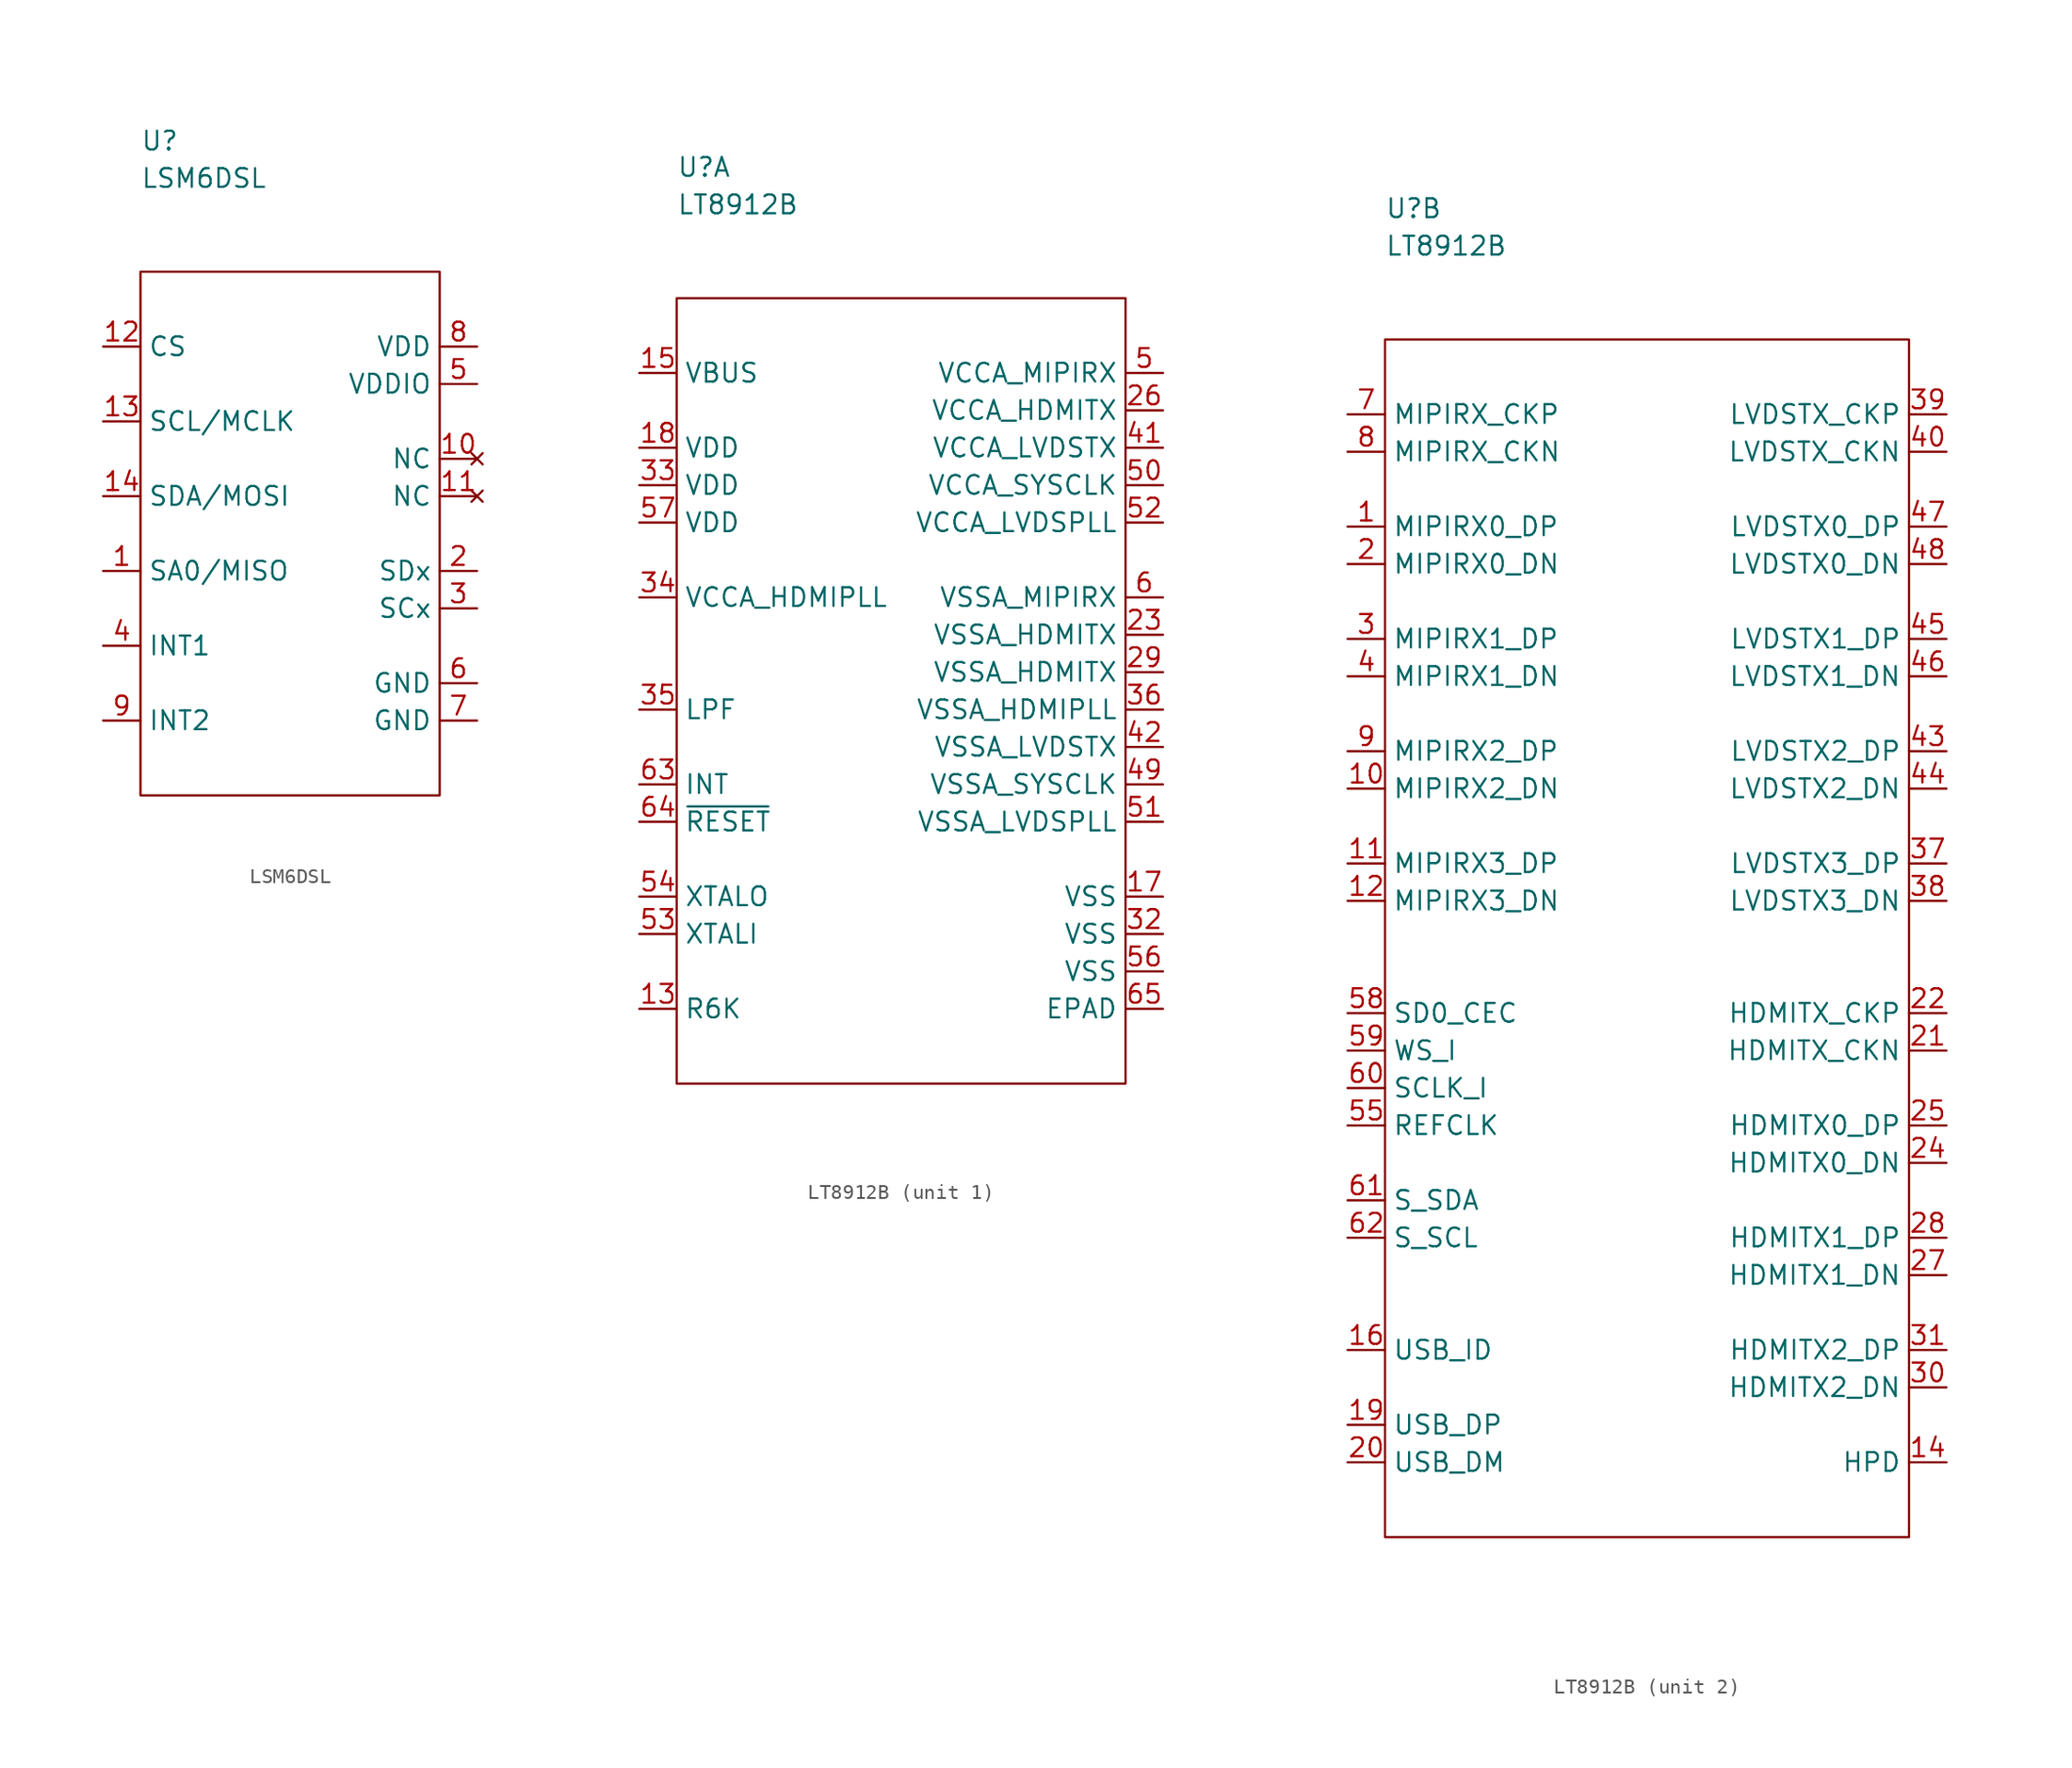
<source format=kicad_sym>
(kicad_symbol_lib
  (version 20211014)
  (generator kicad_symbol_editor)
  (symbol "LSM6DSL"
    (property "Reference" "U"
      (at 0 8.89 0)
      (effects (font (size 1.27 1.27)) (justify left)))
    (property "Value" "LSM6DSL"
      (at 0 6.35 0)
      (effects (font (size 1.27 1.27)) (justify left)))
    (symbol "LSM6DSL_0_1"
      (rectangle (start 0 0) (end 20.32 -35.56) (stroke (width 0) (type default) (color 0 0 0 0)) (fill (type none))))
    (symbol "LSM6DSL_1_1"
      (pin passive line (at -2.54 -20.32 0) (length 2.54) (name "SA0/MISO" (effects (font (size 1.27 1.27)))) (number "1" (effects (font (size 1.27 1.27)))))
      (pin no_connect line (at 22.86 -12.7 180) (length 2.54) (name "NC" (effects (font (size 1.27 1.27)))) (number "10" (effects (font (size 1.27 1.27)))))
      (pin no_connect line (at 22.86 -15.24 180) (length 2.54) (name "NC" (effects (font (size 1.27 1.27)))) (number "11" (effects (font (size 1.27 1.27)))))
      (pin passive line (at -2.54 -5.08 0) (length 2.54) (name "CS" (effects (font (size 1.27 1.27)))) (number "12" (effects (font (size 1.27 1.27)))))
      (pin passive line (at -2.54 -10.16 0) (length 2.54) (name "SCL/MCLK" (effects (font (size 1.27 1.27)))) (number "13" (effects (font (size 1.27 1.27)))))
      (pin passive line (at -2.54 -15.24 0) (length 2.54) (name "SDA/MOSI" (effects (font (size 1.27 1.27)))) (number "14" (effects (font (size 1.27 1.27)))))
      (pin passive line (at 22.86 -20.32 180) (length 2.54) (name "SDx" (effects (font (size 1.27 1.27)))) (number "2" (effects (font (size 1.27 1.27)))))
      (pin passive line (at 22.86 -22.86 180) (length 2.54) (name "SCx" (effects (font (size 1.27 1.27)))) (number "3" (effects (font (size 1.27 1.27)))))
      (pin passive line (at -2.54 -25.4 0) (length 2.54) (name "INT1" (effects (font (size 1.27 1.27)))) (number "4" (effects (font (size 1.27 1.27)))))
      (pin passive line (at 22.86 -7.62 180) (length 2.54) (name "VDDIO" (effects (font (size 1.27 1.27)))) (number "5" (effects (font (size 1.27 1.27)))))
      (pin passive line (at 22.86 -27.94 180) (length 2.54) (name "GND" (effects (font (size 1.27 1.27)))) (number "6" (effects (font (size 1.27 1.27)))))
      (pin passive line (at 22.86 -30.48 180) (length 2.54) (name "GND" (effects (font (size 1.27 1.27)))) (number "7" (effects (font (size 1.27 1.27)))))
      (pin passive line (at 22.86 -5.08 180) (length 2.54) (name "VDD" (effects (font (size 1.27 1.27)))) (number "8" (effects (font (size 1.27 1.27)))))
      (pin passive line (at -2.54 -30.48 0) (length 2.54) (name "INT2" (effects (font (size 1.27 1.27)))) (number "9" (effects (font (size 1.27 1.27)))))))
  (symbol "LT8912B"
    (property "Reference" "U"
      (at 0 8.89 0)
      (effects (font (size 1.27 1.27)) (justify left)))
    (property "Value" "LT8912B"
      (at 0 6.35 0)
      (effects (font (size 1.27 1.27)) (justify left)))
    (symbol "LT8912B_1_1"
      (rectangle (start 0 0) (end 30.48 -53.34) (stroke (width 0.152) (type default) (color 0 0 0 0)) (fill (type none)))
      (pin passive line (at -2.54 -48.26 0) (length 2.54) (name "R6K" (effects (font (size 1.27 1.27)))) (number "13" (effects (font (size 1.27 1.27)))))
      (pin passive line (at -2.54 -5.08 0) (length 2.54) (name "VBUS" (effects (font (size 1.27 1.27)))) (number "15" (effects (font (size 1.27 1.27)))))
      (pin passive line (at 33.02 -40.64 180) (length 2.54) (name "VSS" (effects (font (size 1.27 1.27)))) (number "17" (effects (font (size 1.27 1.27)))))
      (pin passive line (at -2.54 -10.16 0) (length 2.54) (name "VDD" (effects (font (size 1.27 1.27)))) (number "18" (effects (font (size 1.27 1.27)))))
      (pin passive line (at 33.02 -22.86 180) (length 2.54) (name "VSSA_HDMITX" (effects (font (size 1.27 1.27)))) (number "23" (effects (font (size 1.27 1.27)))))
      (pin passive line (at 33.02 -7.62 180) (length 2.54) (name "VCCA_HDMITX" (effects (font (size 1.27 1.27)))) (number "26" (effects (font (size 1.27 1.27)))))
      (pin passive line (at 33.02 -25.4 180) (length 2.54) (name "VSSA_HDMITX" (effects (font (size 1.27 1.27)))) (number "29" (effects (font (size 1.27 1.27)))))
      (pin passive line (at 33.02 -43.18 180) (length 2.54) (name "VSS" (effects (font (size 1.27 1.27)))) (number "32" (effects (font (size 1.27 1.27)))))
      (pin passive line (at -2.54 -12.7 0) (length 2.54) (name "VDD" (effects (font (size 1.27 1.27)))) (number "33" (effects (font (size 1.27 1.27)))))
      (pin passive line (at -2.54 -20.32 0) (length 2.54) (name "VCCA_HDMIPLL" (effects (font (size 1.27 1.27)))) (number "34" (effects (font (size 1.27 1.27)))))
      (pin passive line (at -2.54 -27.94 0) (length 2.54) (name "LPF" (effects (font (size 1.27 1.27)))) (number "35" (effects (font (size 1.27 1.27)))))
      (pin passive line (at 33.02 -27.94 180) (length 2.54) (name "VSSA_HDMIPLL" (effects (font (size 1.27 1.27)))) (number "36" (effects (font (size 1.27 1.27)))))
      (pin passive line (at 33.02 -10.16 180) (length 2.54) (name "VCCA_LVDSTX" (effects (font (size 1.27 1.27)))) (number "41" (effects (font (size 1.27 1.27)))))
      (pin passive line (at 33.02 -30.48 180) (length 2.54) (name "VSSA_LVDSTX" (effects (font (size 1.27 1.27)))) (number "42" (effects (font (size 1.27 1.27)))))
      (pin passive line (at 33.02 -33.02 180) (length 2.54) (name "VSSA_SYSCLK" (effects (font (size 1.27 1.27)))) (number "49" (effects (font (size 1.27 1.27)))))
      (pin passive line (at 33.02 -5.08 180) (length 2.54) (name "VCCA_MIPIRX" (effects (font (size 1.27 1.27)))) (number "5" (effects (font (size 1.27 1.27)))))
      (pin passive line (at 33.02 -12.7 180) (length 2.54) (name "VCCA_SYSCLK" (effects (font (size 1.27 1.27)))) (number "50" (effects (font (size 1.27 1.27)))))
      (pin passive line (at 33.02 -35.56 180) (length 2.54) (name "VSSA_LVDSPLL" (effects (font (size 1.27 1.27)))) (number "51" (effects (font (size 1.27 1.27)))))
      (pin passive line (at 33.02 -15.24 180) (length 2.54) (name "VCCA_LVDSPLL" (effects (font (size 1.27 1.27)))) (number "52" (effects (font (size 1.27 1.27)))))
      (pin passive line (at -2.54 -43.18 0) (length 2.54) (name "XTALI" (effects (font (size 1.27 1.27)))) (number "53" (effects (font (size 1.27 1.27)))))
      (pin passive line (at -2.54 -40.64 0) (length 2.54) (name "XTALO" (effects (font (size 1.27 1.27)))) (number "54" (effects (font (size 1.27 1.27)))))
      (pin passive line (at 33.02 -45.72 180) (length 2.54) (name "VSS" (effects (font (size 1.27 1.27)))) (number "56" (effects (font (size 1.27 1.27)))))
      (pin passive line (at -2.54 -15.24 0) (length 2.54) (name "VDD" (effects (font (size 1.27 1.27)))) (number "57" (effects (font (size 1.27 1.27)))))
      (pin passive line (at 33.02 -20.32 180) (length 2.54) (name "VSSA_MIPIRX" (effects (font (size 1.27 1.27)))) (number "6" (effects (font (size 1.27 1.27)))))
      (pin passive line (at -2.54 -33.02 0) (length 2.54) (name "INT" (effects (font (size 1.27 1.27)))) (number "63" (effects (font (size 1.27 1.27)))))
      (pin passive line (at -2.54 -35.56 0) (length 2.54) (name "~{RESET}" (effects (font (size 1.27 1.27)))) (number "64" (effects (font (size 1.27 1.27)))))
      (pin passive line (at 33.02 -48.26 180) (length 2.54) (name "EPAD" (effects (font (size 1.27 1.27)))) (number "65" (effects (font (size 1.27 1.27))))))
    (symbol "LT8912B_2_1"
      (rectangle (start 0 0) (end 35.56 -81.28) (stroke (width 0.152) (type default) (color 0 0 0 0)) (fill (type none)))
      (pin passive line (at -2.54 -12.7 0) (length 2.54) (name "MIPIRX0_DP" (effects (font (size 1.27 1.27)))) (number "1" (effects (font (size 1.27 1.27)))))
      (pin passive line (at -2.54 -30.48 0) (length 2.54) (name "MIPIRX2_DN" (effects (font (size 1.27 1.27)))) (number "10" (effects (font (size 1.27 1.27)))))
      (pin passive line (at -2.54 -35.56 0) (length 2.54) (name "MIPIRX3_DP" (effects (font (size 1.27 1.27)))) (number "11" (effects (font (size 1.27 1.27)))))
      (pin passive line (at -2.54 -38.1 0) (length 2.54) (name "MIPIRX3_DN" (effects (font (size 1.27 1.27)))) (number "12" (effects (font (size 1.27 1.27)))))
      (pin passive line (at 38.1 -76.2 180) (length 2.54) (name "HPD" (effects (font (size 1.27 1.27)))) (number "14" (effects (font (size 1.27 1.27)))))
      (pin passive line (at -2.54 -68.58 0) (length 2.54) (name "USB_ID" (effects (font (size 1.27 1.27)))) (number "16" (effects (font (size 1.27 1.27)))))
      (pin passive line (at -2.54 -73.66 0) (length 2.54) (name "USB_DP" (effects (font (size 1.27 1.27)))) (number "19" (effects (font (size 1.27 1.27)))))
      (pin passive line (at -2.54 -15.24 0) (length 2.54) (name "MIPIRX0_DN" (effects (font (size 1.27 1.27)))) (number "2" (effects (font (size 1.27 1.27)))))
      (pin passive line (at -2.54 -76.2 0) (length 2.54) (name "USB_DM" (effects (font (size 1.27 1.27)))) (number "20" (effects (font (size 1.27 1.27)))))
      (pin passive line (at 38.1 -48.26 180) (length 2.54) (name "HDMITX_CKN" (effects (font (size 1.27 1.27)))) (number "21" (effects (font (size 1.27 1.27)))))
      (pin passive line (at 38.1 -45.72 180) (length 2.54) (name "HDMITX_CKP" (effects (font (size 1.27 1.27)))) (number "22" (effects (font (size 1.27 1.27)))))
      (pin passive line (at 38.1 -55.88 180) (length 2.54) (name "HDMITX0_DN" (effects (font (size 1.27 1.27)))) (number "24" (effects (font (size 1.27 1.27)))))
      (pin passive line (at 38.1 -53.34 180) (length 2.54) (name "HDMITX0_DP" (effects (font (size 1.27 1.27)))) (number "25" (effects (font (size 1.27 1.27)))))
      (pin passive line (at 38.1 -63.5 180) (length 2.54) (name "HDMITX1_DN" (effects (font (size 1.27 1.27)))) (number "27" (effects (font (size 1.27 1.27)))))
      (pin passive line (at 38.1 -60.96 180) (length 2.54) (name "HDMITX1_DP" (effects (font (size 1.27 1.27)))) (number "28" (effects (font (size 1.27 1.27)))))
      (pin passive line (at -2.54 -20.32 0) (length 2.54) (name "MIPIRX1_DP" (effects (font (size 1.27 1.27)))) (number "3" (effects (font (size 1.27 1.27)))))
      (pin passive line (at 38.1 -71.12 180) (length 2.54) (name "HDMITX2_DN" (effects (font (size 1.27 1.27)))) (number "30" (effects (font (size 1.27 1.27)))))
      (pin passive line (at 38.1 -68.58 180) (length 2.54) (name "HDMITX2_DP" (effects (font (size 1.27 1.27)))) (number "31" (effects (font (size 1.27 1.27)))))
      (pin passive line (at 38.1 -35.56 180) (length 2.54) (name "LVDSTX3_DP" (effects (font (size 1.27 1.27)))) (number "37" (effects (font (size 1.27 1.27)))))
      (pin passive line (at 38.1 -38.1 180) (length 2.54) (name "LVDSTX3_DN" (effects (font (size 1.27 1.27)))) (number "38" (effects (font (size 1.27 1.27)))))
      (pin passive line (at 38.1 -5.08 180) (length 2.54) (name "LVDSTX_CKP" (effects (font (size 1.27 1.27)))) (number "39" (effects (font (size 1.27 1.27)))))
      (pin passive line (at -2.54 -22.86 0) (length 2.54) (name "MIPIRX1_DN" (effects (font (size 1.27 1.27)))) (number "4" (effects (font (size 1.27 1.27)))))
      (pin passive line (at 38.1 -7.62 180) (length 2.54) (name "LVDSTX_CKN" (effects (font (size 1.27 1.27)))) (number "40" (effects (font (size 1.27 1.27)))))
      (pin passive line (at 38.1 -27.94 180) (length 2.54) (name "LVDSTX2_DP" (effects (font (size 1.27 1.27)))) (number "43" (effects (font (size 1.27 1.27)))))
      (pin passive line (at 38.1 -30.48 180) (length 2.54) (name "LVDSTX2_DN" (effects (font (size 1.27 1.27)))) (number "44" (effects (font (size 1.27 1.27)))))
      (pin passive line (at 38.1 -20.32 180) (length 2.54) (name "LVDSTX1_DP" (effects (font (size 1.27 1.27)))) (number "45" (effects (font (size 1.27 1.27)))))
      (pin passive line (at 38.1 -22.86 180) (length 2.54) (name "LVDSTX1_DN" (effects (font (size 1.27 1.27)))) (number "46" (effects (font (size 1.27 1.27)))))
      (pin passive line (at 38.1 -12.7 180) (length 2.54) (name "LVDSTX0_DP" (effects (font (size 1.27 1.27)))) (number "47" (effects (font (size 1.27 1.27)))))
      (pin passive line (at 38.1 -15.24 180) (length 2.54) (name "LVDSTX0_DN" (effects (font (size 1.27 1.27)))) (number "48" (effects (font (size 1.27 1.27)))))
      (pin passive line (at -2.54 -53.34 0) (length 2.54) (name "REFCLK" (effects (font (size 1.27 1.27)))) (number "55" (effects (font (size 1.27 1.27)))))
      (pin passive line (at -2.54 -45.72 0) (length 2.54) (name "SD0_CEC" (effects (font (size 1.27 1.27)))) (number "58" (effects (font (size 1.27 1.27)))))
      (pin passive line (at -2.54 -48.26 0) (length 2.54) (name "WS_I" (effects (font (size 1.27 1.27)))) (number "59" (effects (font (size 1.27 1.27)))))
      (pin passive line (at -2.54 -50.8 0) (length 2.54) (name "SCLK_I" (effects (font (size 1.27 1.27)))) (number "60" (effects (font (size 1.27 1.27)))))
      (pin passive line (at -2.54 -58.42 0) (length 2.54) (name "S_SDA" (effects (font (size 1.27 1.27)))) (number "61" (effects (font (size 1.27 1.27)))))
      (pin passive line (at -2.54 -60.96 0) (length 2.54) (name "S_SCL" (effects (font (size 1.27 1.27)))) (number "62" (effects (font (size 1.27 1.27)))))
      (pin passive line (at -2.54 -5.08 0) (length 2.54) (name "MIPIRX_CKP" (effects (font (size 1.27 1.27)))) (number "7" (effects (font (size 1.27 1.27)))))
      (pin passive line (at -2.54 -7.62 0) (length 2.54) (name "MIPIRX_CKN" (effects (font (size 1.27 1.27)))) (number "8" (effects (font (size 1.27 1.27)))))
      (pin passive line (at -2.54 -27.94 0) (length 2.54) (name "MIPIRX2_DP" (effects (font (size 1.27 1.27)))) (number "9" (effects (font (size 1.27 1.27))))))))
</source>
